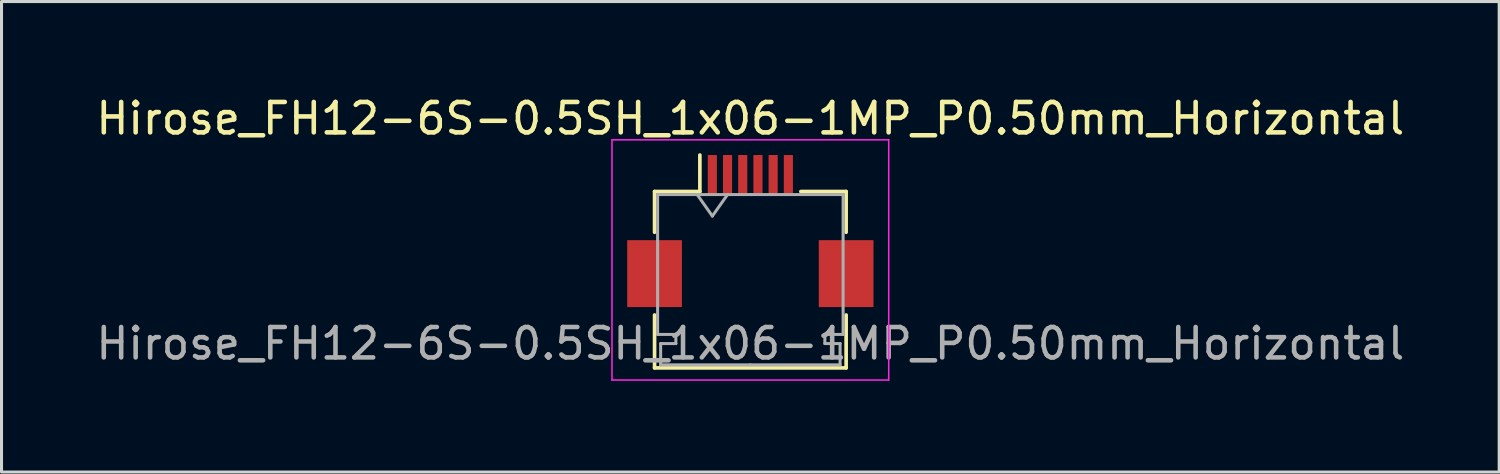
<source format=kicad_pcb>
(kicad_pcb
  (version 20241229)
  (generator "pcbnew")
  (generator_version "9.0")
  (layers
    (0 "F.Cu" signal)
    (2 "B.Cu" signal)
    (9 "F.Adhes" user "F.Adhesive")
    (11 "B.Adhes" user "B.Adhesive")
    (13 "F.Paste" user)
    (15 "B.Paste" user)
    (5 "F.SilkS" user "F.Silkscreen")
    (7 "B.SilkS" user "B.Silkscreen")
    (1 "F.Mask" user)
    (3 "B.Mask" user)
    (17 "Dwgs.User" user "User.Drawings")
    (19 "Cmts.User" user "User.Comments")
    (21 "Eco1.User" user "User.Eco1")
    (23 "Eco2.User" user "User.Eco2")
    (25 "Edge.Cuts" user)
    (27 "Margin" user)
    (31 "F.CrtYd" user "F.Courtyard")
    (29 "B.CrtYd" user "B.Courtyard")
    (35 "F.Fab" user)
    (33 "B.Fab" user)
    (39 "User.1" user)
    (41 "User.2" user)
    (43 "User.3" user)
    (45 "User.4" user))
  (footprint "Hirose_FH12-6S-0.5SH_1x06-1MP_P0.50mm_Horizontal"
    (layer "F.Cu")
    (at 21.625 4.548)
    (property "Reference" "Hirose_FH12-6S-0.5SH_1x06-1MP_P0.50mm_Horizontal" (at 0 -3.7 0) (layer "F.SilkS") (effects (font (size 1 1) (thickness 0.15))))
    (attr smd)
    (fp_line (start -3.15 -1.3) (end -3.15 0.04) (stroke (width 0.12) (type solid)) (layer "F.SilkS"))
    (fp_line (start -3.15 2.76) (end -3.15 4.5) (stroke (width 0.12) (type solid)) (layer "F.SilkS"))
    (fp_line (start -3.15 4.5) (end 3.15 4.5) (stroke (width 0.12) (type solid)) (layer "F.SilkS"))
    (fp_line (start -1.66 -1.3) (end -3.15 -1.3) (stroke (width 0.12) (type solid)) (layer "F.SilkS"))
    (fp_line (start -1.66 -1.3) (end -1.66 -2.5) (stroke (width 0.12) (type solid)) (layer "F.SilkS"))
    (fp_line (start 1.66 -1.3) (end 3.15 -1.3) (stroke (width 0.12) (type solid)) (layer "F.SilkS"))
    (fp_line (start 3.15 -1.3) (end 3.15 0.04) (stroke (width 0.12) (type solid)) (layer "F.SilkS"))
    (fp_line (start 3.15 4.5) (end 3.15 2.76) (stroke (width 0.12) (type solid)) (layer "F.SilkS"))
    (fp_line (start -4.55 -3) (end -4.55 4.9) (stroke (width 0.05) (type solid)) (layer "F.CrtYd"))
    (fp_line (start -4.55 4.9) (end 4.55 4.9) (stroke (width 0.05) (type solid)) (layer "F.CrtYd"))
    (fp_line (start 4.55 -3) (end -4.55 -3) (stroke (width 0.05) (type solid)) (layer "F.CrtYd"))
    (fp_line (start 4.55 4.9) (end 4.55 -3) (stroke (width 0.05) (type solid)) (layer "F.CrtYd"))
    (fp_line (start -3.05 -1.2) (end -3.05 3.4) (stroke (width 0.1) (type solid)) (layer "F.Fab"))
    (fp_line (start -3.05 3.4) (end -2.45 3.4) (stroke (width 0.1) (type solid)) (layer "F.Fab"))
    (fp_line (start -2.95 3.7) (end -2.95 4.4) (stroke (width 0.1) (type solid)) (layer "F.Fab"))
    (fp_line (start -2.95 4.4) (end 0 4.4) (stroke (width 0.1) (type solid)) (layer "F.Fab"))
    (fp_line (start -2.45 3.4) (end -2.45 3.7) (stroke (width 0.1) (type solid)) (layer "F.Fab"))
    (fp_line (start -2.45 3.7) (end -2.95 3.7) (stroke (width 0.1) (type solid)) (layer "F.Fab"))
    (fp_line (start -1.75 -1.2) (end -1.25 -0.493) (stroke (width 0.1) (type solid)) (layer "F.Fab"))
    (fp_line (start -1.25 -0.493) (end -0.75 -1.2) (stroke (width 0.1) (type solid)) (layer "F.Fab"))
    (fp_line (start 0 -1.2) (end -3.05 -1.2) (stroke (width 0.1) (type solid)) (layer "F.Fab"))
    (fp_line (start 0 -1.2) (end 3.05 -1.2) (stroke (width 0.1) (type solid)) (layer "F.Fab"))
    (fp_line (start 2.45 3.4) (end 2.45 3.7) (stroke (width 0.1) (type solid)) (layer "F.Fab"))
    (fp_line (start 2.45 3.7) (end 2.95 3.7) (stroke (width 0.1) (type solid)) (layer "F.Fab"))
    (fp_line (start 2.95 3.7) (end 2.95 4.4) (stroke (width 0.1) (type solid)) (layer "F.Fab"))
    (fp_line (start 2.95 4.4) (end 0 4.4) (stroke (width 0.1) (type solid)) (layer "F.Fab"))
    (fp_line (start 3.05 -1.2) (end 3.05 3.4) (stroke (width 0.1) (type solid)) (layer "F.Fab"))
    (fp_line (start 3.05 3.4) (end 2.45 3.4) (stroke (width 0.1) (type solid)) (layer "F.Fab"))
    (fp_text user "${REFERENCE}" (at 0 3.7 0) (layer "F.Fab") (effects (font (size 1 1) (thickness 0.15))))
    (pad "1" smd rect (at -1.25 -1.85) (size 0.3 1.3) (layers "F.Cu" "F.Mask" "F.Paste"))
    (pad "2" smd rect (at -0.75 -1.85) (size 0.3 1.3) (layers "F.Cu" "F.Mask" "F.Paste"))
    (pad "3" smd rect (at -0.25 -1.85) (size 0.3 1.3) (layers "F.Cu" "F.Mask" "F.Paste"))
    (pad "4" smd rect (at 0.25 -1.85) (size 0.3 1.3) (layers "F.Cu" "F.Mask" "F.Paste"))
    (pad "5" smd rect (at 0.75 -1.85) (size 0.3 1.3) (layers "F.Cu" "F.Mask" "F.Paste"))
    (pad "6" smd rect (at 1.25 -1.85) (size 0.3 1.3) (layers "F.Cu" "F.Mask" "F.Paste"))
    (pad "MP" smd rect (at -3.15 1.4) (size 1.8 2.2) (layers "F.Cu" "F.Mask" "F.Paste"))
    (pad "MP" smd rect (at 3.15 1.4) (size 1.8 2.2) (layers "F.Cu" "F.Mask" "F.Paste")))
  (gr_rect
    (start -3 -3)
    (end 46.25 12.473)
    (stroke (width 0.1) (type default))
    (fill no)
    (layer "Edge.Cuts")))
</source>
